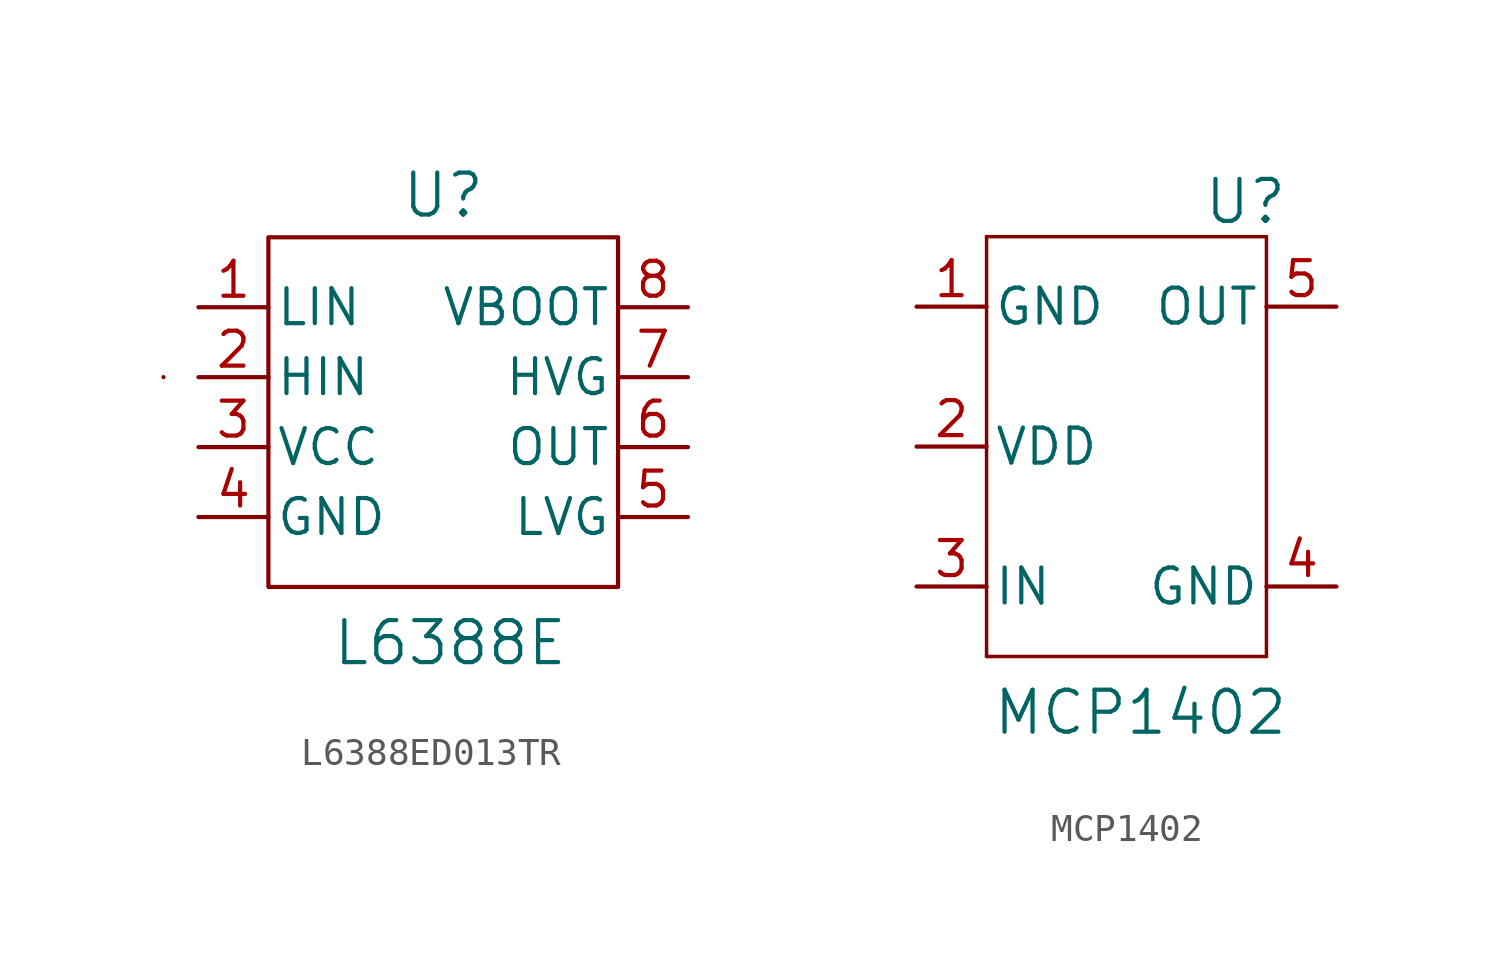
<source format=kicad_sym>
(kicad_symbol_lib
  (version 20231120)
  (generator "kicad_symbol_editor")
  (generator_version "8.0")
  (symbol "L6388ED013TR"
    (pin_names
      (offset 0.254))
    (property "Reference" "U"
      (at 0 7.874 0)
      (effects (font (size 1.524 1.524))))
    (property "Value" "L6388E"
      (at 0.254 -8.382 0)
      (effects (font (size 1.524 1.524))))
    (symbol "L6388ED013TR_0_1"
      (rectangle (start -10.16 1.27) (end -10.16 1.27) (stroke (width 0) (type default)) (fill (type none)))
      (rectangle (start -6.35 6.35) (end 6.35 -6.35) (stroke (width 0) (type default)) (fill (type none))))
    (symbol "L6388ED013TR_1_1"
      (pin input line (at -8.89 3.81 0) (length 2.54) (name "LIN" (effects (font (size 1.27 1.27)))) (number "1" (effects (font (size 1.27 1.27)))))
      (pin input line (at -8.89 1.27 0) (length 2.54) (name "HIN" (effects (font (size 1.27 1.27)))) (number "2" (effects (font (size 1.27 1.27)))))
      (pin power_in line (at -8.89 -1.27 0) (length 2.54) (name "VCC" (effects (font (size 1.27 1.27)))) (number "3" (effects (font (size 1.27 1.27)))))
      (pin power_in line (at -8.89 -3.81 0) (length 2.54) (name "GND" (effects (font (size 1.27 1.27)))) (number "4" (effects (font (size 1.27 1.27)))))
      (pin output line (at 8.89 -3.81 180) (length 2.54) (name "LVG" (effects (font (size 1.27 1.27)))) (number "5" (effects (font (size 1.27 1.27)))))
      (pin output line (at 8.89 -1.27 180) (length 2.54) (name "OUT" (effects (font (size 1.27 1.27)))) (number "6" (effects (font (size 1.27 1.27)))))
      (pin output line (at 8.89 1.27 180) (length 2.54) (name "HVG" (effects (font (size 1.27 1.27)))) (number "7" (effects (font (size 1.27 1.27)))))
      (pin input line (at 8.89 3.81 180) (length 2.54) (name "VBOOT" (effects (font (size 1.27 1.27)))) (number "8" (effects (font (size 1.27 1.27)))))))
  (symbol "MCP1402"
    (pin_names
      (offset 0.254))
    (property "Reference" "U"
      (at 4.318 8.89 0)
      (effects (font (size 1.524 1.524))))
    (property "Value" "MCP1402"
      (at 0.508 -9.652 0)
      (effects (font (size 1.524 1.524))))
    (symbol "MCP1402_0_1"
      (polyline (pts (xy -5.08 -7.62) (xy 5.08 -7.62)) (stroke (width 0.127) (type default)) (fill (type none)))
      (polyline (pts (xy -5.08 7.62) (xy -5.08 -7.62)) (stroke (width 0.127) (type default)) (fill (type none)))
      (polyline (pts (xy 5.08 -7.62) (xy 5.08 7.62)) (stroke (width 0.127) (type default)) (fill (type none)))
      (polyline (pts (xy 5.08 7.62) (xy -5.08 7.62)) (stroke (width 0.127) (type default)) (fill (type none))))
    (symbol "MCP1402_1_1"
      (pin power_in line (at -7.62 5.08 0) (length 2.54) (name "GND" (effects (font (size 1.27 1.27)))) (number "1" (effects (font (size 1.27 1.27)))))
      (pin power_in line (at -7.62 0 0) (length 2.54) (name "VDD" (effects (font (size 1.27 1.27)))) (number "2" (effects (font (size 1.27 1.27)))))
      (pin input line (at -7.62 -5.08 0) (length 2.54) (name "IN" (effects (font (size 1.27 1.27)))) (number "3" (effects (font (size 1.27 1.27)))))
      (pin power_in line (at 7.62 -5.08 180) (length 2.54) (name "GND" (effects (font (size 1.27 1.27)))) (number "4" (effects (font (size 1.27 1.27)))))
      (pin output line (at 7.62 5.08 180) (length 2.54) (name "OUT" (effects (font (size 1.27 1.27)))) (number "5" (effects (font (size 1.27 1.27))))))))
</source>
